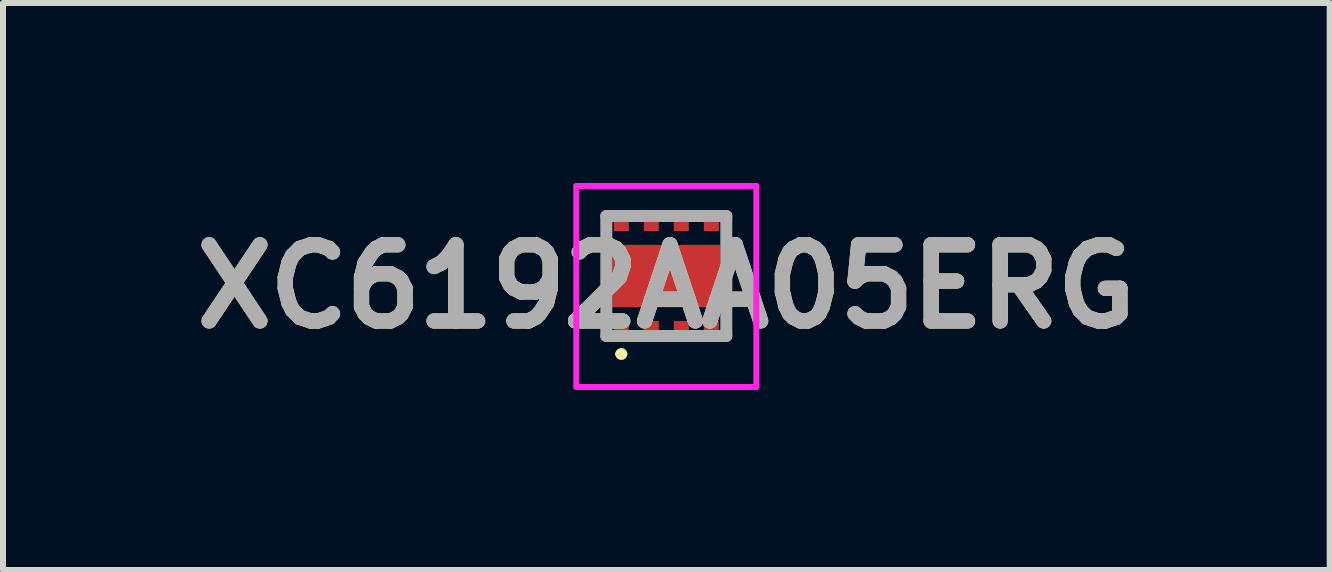
<source format=kicad_pcb>
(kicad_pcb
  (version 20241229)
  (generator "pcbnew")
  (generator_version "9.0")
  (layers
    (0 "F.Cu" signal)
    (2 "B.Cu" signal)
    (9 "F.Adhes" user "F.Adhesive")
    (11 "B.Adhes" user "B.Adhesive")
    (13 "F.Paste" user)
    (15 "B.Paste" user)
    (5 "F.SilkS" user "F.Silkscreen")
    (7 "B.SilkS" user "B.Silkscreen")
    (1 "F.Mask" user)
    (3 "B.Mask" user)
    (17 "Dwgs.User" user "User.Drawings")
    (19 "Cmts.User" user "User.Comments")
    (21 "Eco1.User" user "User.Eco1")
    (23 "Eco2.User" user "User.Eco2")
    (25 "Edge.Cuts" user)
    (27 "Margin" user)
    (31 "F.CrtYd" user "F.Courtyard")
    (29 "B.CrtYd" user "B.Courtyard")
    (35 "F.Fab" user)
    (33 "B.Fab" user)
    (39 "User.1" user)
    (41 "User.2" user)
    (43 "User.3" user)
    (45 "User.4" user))
  (footprint "XC6192AA05ERG"
    (layer "F.Cu")
    (at 8.055 1.55)
    (property "Reference" "XC6192AA05ERG" (at 0 0.175 0) (layer "F.SilkS") (effects (font (size 1.27 1.27) (thickness 0.254))))
    (attr smd)
    (fp_line (start -1 -1) (end -1 -0.7) (stroke (width 0.1) (type solid)) (layer "F.SilkS"))
    (fp_line (start -1 0.7) (end -1 1) (stroke (width 0.1) (type solid)) (layer "F.SilkS"))
    (fp_line (start -0.8 1.3) (end -0.8 1.3) (stroke (width 0.1) (type solid)) (layer "F.SilkS"))
    (fp_line (start -0.7 1.3) (end -0.7 1.3) (stroke (width 0.1) (type solid)) (layer "F.SilkS"))
    (fp_line (start 1 -1) (end 1 -0.7) (stroke (width 0.1) (type solid)) (layer "F.SilkS"))
    (fp_line (start 1 0.6) (end 1 1) (stroke (width 0.1) (type solid)) (layer "F.SilkS"))
    (fp_arc (start -0.8 1.3) (mid -0.75 1.25) (end -0.7 1.3) (stroke (width 0.1) (type solid)) (layer "F.SilkS"))
    (fp_arc (start -0.7 1.3) (mid -0.75 1.35) (end -0.8 1.3) (stroke (width 0.1) (type solid)) (layer "F.SilkS"))
    (fp_line (start -1.5 -1.5) (end 1.5 -1.5) (stroke (width 0.1) (type solid)) (layer "F.CrtYd"))
    (fp_line (start -1.5 1.85) (end -1.5 -1.5) (stroke (width 0.1) (type solid)) (layer "F.CrtYd"))
    (fp_line (start 1.5 -1.5) (end 1.5 1.85) (stroke (width 0.1) (type solid)) (layer "F.CrtYd"))
    (fp_line (start 1.5 1.85) (end -1.5 1.85) (stroke (width 0.1) (type solid)) (layer "F.CrtYd"))
    (fp_line (start -1 -1) (end 1 -1) (stroke (width 0.2) (type solid)) (layer "F.Fab"))
    (fp_line (start -1 1) (end -1 -1) (stroke (width 0.2) (type solid)) (layer "F.Fab"))
    (fp_line (start 1 -1) (end 1 1) (stroke (width 0.2) (type solid)) (layer "F.Fab"))
    (fp_line (start 1 1) (end -1 1) (stroke (width 0.2) (type solid)) (layer "F.Fab"))
    (fp_text user "${REFERENCE}" (at 0 0.175 0) (layer "F.Fab") (effects (font (size 1.27 1.27) (thickness 0.254))))
    (pad "1" smd rect (at -0.75 0.85 90) (size 0.2 0.25) (layers "F.Cu" "F.Mask" "F.Paste"))
    (pad "2" smd rect (at -0.25 0.85 90) (size 0.2 0.25) (layers "F.Cu" "F.Mask" "F.Paste"))
    (pad "3" smd rect (at 0.25 0.85 90) (size 0.2 0.25) (layers "F.Cu" "F.Mask" "F.Paste"))
    (pad "4" smd rect (at 0.75 0.85 90) (size 0.2 0.25) (layers "F.Cu" "F.Mask" "F.Paste"))
    (pad "5" smd rect (at 0.75 -0.85 90) (size 0.2 0.25) (layers "F.Cu" "F.Mask" "F.Paste"))
    (pad "6" smd rect (at 0.25 -0.85 90) (size 0.2 0.25) (layers "F.Cu" "F.Mask" "F.Paste"))
    (pad "7" smd rect (at -0.25 -0.85 90) (size 0.2 0.25) (layers "F.Cu" "F.Mask" "F.Paste"))
    (pad "8" smd rect (at -0.75 -0.85 90) (size 0.2 0.25) (layers "F.Cu" "F.Mask" "F.Paste"))
    (pad "9" smd rect (at 0 0 90) (size 1.04 1.8) (layers "F.Cu" "F.Mask" "F.Paste")))
  (gr_rect
    (start -3 -3)
    (end 19.111 6.45)
    (stroke (width 0.1) (type default))
    (fill no)
    (layer "Edge.Cuts")))
</source>
